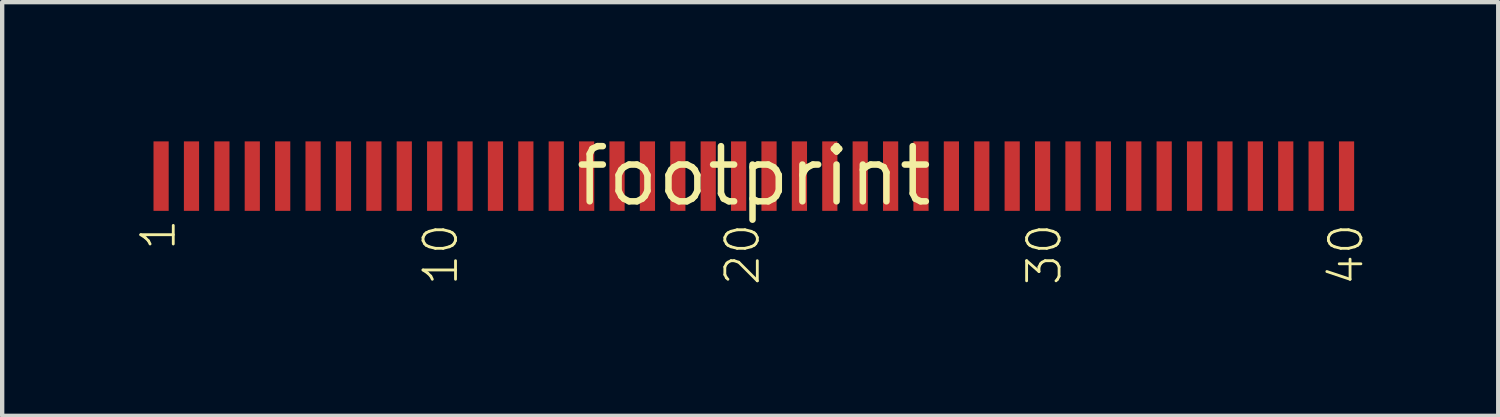
<source format=kicad_pcb>
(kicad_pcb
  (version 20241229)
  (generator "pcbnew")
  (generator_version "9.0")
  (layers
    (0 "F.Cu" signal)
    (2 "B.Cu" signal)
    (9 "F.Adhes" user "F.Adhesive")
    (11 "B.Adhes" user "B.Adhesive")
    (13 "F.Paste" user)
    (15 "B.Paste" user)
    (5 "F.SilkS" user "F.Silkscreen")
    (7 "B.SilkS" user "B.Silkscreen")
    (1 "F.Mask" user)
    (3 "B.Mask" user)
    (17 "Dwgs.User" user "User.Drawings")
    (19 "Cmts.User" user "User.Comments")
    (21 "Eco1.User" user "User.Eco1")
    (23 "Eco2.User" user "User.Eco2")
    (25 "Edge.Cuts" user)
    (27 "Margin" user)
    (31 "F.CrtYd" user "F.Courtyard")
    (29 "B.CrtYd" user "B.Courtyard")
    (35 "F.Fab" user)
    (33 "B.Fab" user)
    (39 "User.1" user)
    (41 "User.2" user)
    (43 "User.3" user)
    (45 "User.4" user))
  (footprint "footprint"
    (layer "F.Cu")
    (at 14.31 1.006)
    (property "Reference" "footprint" (at 0 0 0) (layer "F.SilkS") (effects (font (size 1.27 1.27) (thickness 0.15))))
    (fp_text user "1" (at -14.15 0.95 90) (layer "F.SilkS") (effects (font (size 0.748 0.748) (thickness 0.065)) (justify right top)))
    (fp_text user "20" (at -0.7 1.05 90) (layer "F.SilkS") (effects (font (size 0.748 0.748) (thickness 0.065)) (justify right top)))
    (fp_text user "30" (at 6.25 1.05 90) (layer "F.SilkS") (effects (font (size 0.748 0.748) (thickness 0.065)) (justify right top)))
    (fp_text user "10" (at -7.65 1.05 90) (layer "F.SilkS") (effects (font (size 0.748 0.748) (thickness 0.065)) (justify right top)))
    (fp_text user "40" (at 13.2 1.05 90) (layer "F.SilkS") (effects (font (size 0.748 0.748) (thickness 0.065)) (justify right top)))
    (pad "1" smd rect (at -13.65 0 90) (size 1.6 0.35) (layers "F.Cu" "F.Mask" "F.Paste"))
    (pad "2" smd rect (at -12.95 0 90) (size 1.6 0.35) (layers "F.Cu" "F.Mask" "F.Paste"))
    (pad "3" smd rect (at -12.25 0 90) (size 1.6 0.35) (layers "F.Cu" "F.Mask" "F.Paste"))
    (pad "4" smd rect (at -11.55 0 90) (size 1.6 0.35) (layers "F.Cu" "F.Mask" "F.Paste"))
    (pad "5" smd rect (at -10.85 0 90) (size 1.6 0.35) (layers "F.Cu" "F.Mask" "F.Paste"))
    (pad "6" smd rect (at -10.15 0 90) (size 1.6 0.35) (layers "F.Cu" "F.Mask" "F.Paste"))
    (pad "7" smd rect (at -9.45 0 90) (size 1.6 0.35) (layers "F.Cu" "F.Mask" "F.Paste"))
    (pad "8" smd rect (at -8.75 0 90) (size 1.6 0.35) (layers "F.Cu" "F.Mask" "F.Paste"))
    (pad "9" smd rect (at -8.05 0 90) (size 1.6 0.35) (layers "F.Cu" "F.Mask" "F.Paste"))
    (pad "10" smd rect (at -7.35 0 90) (size 1.6 0.35) (layers "F.Cu" "F.Mask" "F.Paste"))
    (pad "11" smd rect (at -6.65 0 90) (size 1.6 0.35) (layers "F.Cu" "F.Mask" "F.Paste"))
    (pad "12" smd rect (at -5.95 0 90) (size 1.6 0.35) (layers "F.Cu" "F.Mask" "F.Paste"))
    (pad "13" smd rect (at -5.25 0 90) (size 1.6 0.35) (layers "F.Cu" "F.Mask" "F.Paste"))
    (pad "14" smd rect (at -4.55 0 90) (size 1.6 0.35) (layers "F.Cu" "F.Mask" "F.Paste"))
    (pad "15" smd rect (at -3.85 0 90) (size 1.6 0.35) (layers "F.Cu" "F.Mask" "F.Paste"))
    (pad "16" smd rect (at -3.15 0 90) (size 1.6 0.35) (layers "F.Cu" "F.Mask" "F.Paste"))
    (pad "17" smd rect (at -2.45 0 90) (size 1.6 0.35) (layers "F.Cu" "F.Mask" "F.Paste"))
    (pad "18" smd rect (at -1.75 0 90) (size 1.6 0.35) (layers "F.Cu" "F.Mask" "F.Paste"))
    (pad "19" smd rect (at -1.05 0 90) (size 1.6 0.35) (layers "F.Cu" "F.Mask" "F.Paste"))
    (pad "20" smd rect (at -0.35 0 90) (size 1.6 0.35) (layers "F.Cu" "F.Mask" "F.Paste"))
    (pad "21" smd rect (at 0.35 0 90) (size 1.6 0.35) (layers "F.Cu" "F.Mask" "F.Paste"))
    (pad "22" smd rect (at 1.05 0 90) (size 1.6 0.35) (layers "F.Cu" "F.Mask" "F.Paste"))
    (pad "23" smd rect (at 1.75 0 90) (size 1.6 0.35) (layers "F.Cu" "F.Mask" "F.Paste"))
    (pad "24" smd rect (at 2.45 0 90) (size 1.6 0.35) (layers "F.Cu" "F.Mask" "F.Paste"))
    (pad "25" smd rect (at 3.15 0 90) (size 1.6 0.35) (layers "F.Cu" "F.Mask" "F.Paste"))
    (pad "26" smd rect (at 3.85 0 90) (size 1.6 0.35) (layers "F.Cu" "F.Mask" "F.Paste"))
    (pad "27" smd rect (at 4.55 0 90) (size 1.6 0.35) (layers "F.Cu" "F.Mask" "F.Paste"))
    (pad "28" smd rect (at 5.25 0 90) (size 1.6 0.35) (layers "F.Cu" "F.Mask" "F.Paste"))
    (pad "29" smd rect (at 5.95 0 90) (size 1.6 0.35) (layers "F.Cu" "F.Mask" "F.Paste"))
    (pad "30" smd rect (at 6.65 0 90) (size 1.6 0.35) (layers "F.Cu" "F.Mask" "F.Paste"))
    (pad "31" smd rect (at 7.35 0 90) (size 1.6 0.35) (layers "F.Cu" "F.Mask" "F.Paste"))
    (pad "32" smd rect (at 8.05 0 90) (size 1.6 0.35) (layers "F.Cu" "F.Mask" "F.Paste"))
    (pad "33" smd rect (at 8.75 0 90) (size 1.6 0.35) (layers "F.Cu" "F.Mask" "F.Paste"))
    (pad "34" smd rect (at 9.45 0 90) (size 1.6 0.35) (layers "F.Cu" "F.Mask" "F.Paste"))
    (pad "35" smd rect (at 10.15 0 90) (size 1.6 0.35) (layers "F.Cu" "F.Mask" "F.Paste"))
    (pad "36" smd rect (at 10.85 0 90) (size 1.6 0.35) (layers "F.Cu" "F.Mask" "F.Paste"))
    (pad "37" smd rect (at 11.55 0 90) (size 1.6 0.35) (layers "F.Cu" "F.Mask" "F.Paste"))
    (pad "38" smd rect (at 12.25 0 90) (size 1.6 0.35) (layers "F.Cu" "F.Mask" "F.Paste"))
    (pad "39" smd rect (at 12.95 0 90) (size 1.6 0.35) (layers "F.Cu" "F.Mask" "F.Paste"))
    (pad "40" smd rect (at 13.65 0 90) (size 1.6 0.35) (layers "F.Cu" "F.Mask" "F.Paste")))
  (gr_rect
    (start -3 -3)
    (end 31.453 6.526)
    (stroke (width 0.1) (type default))
    (fill no)
    (layer "Edge.Cuts")))
</source>
